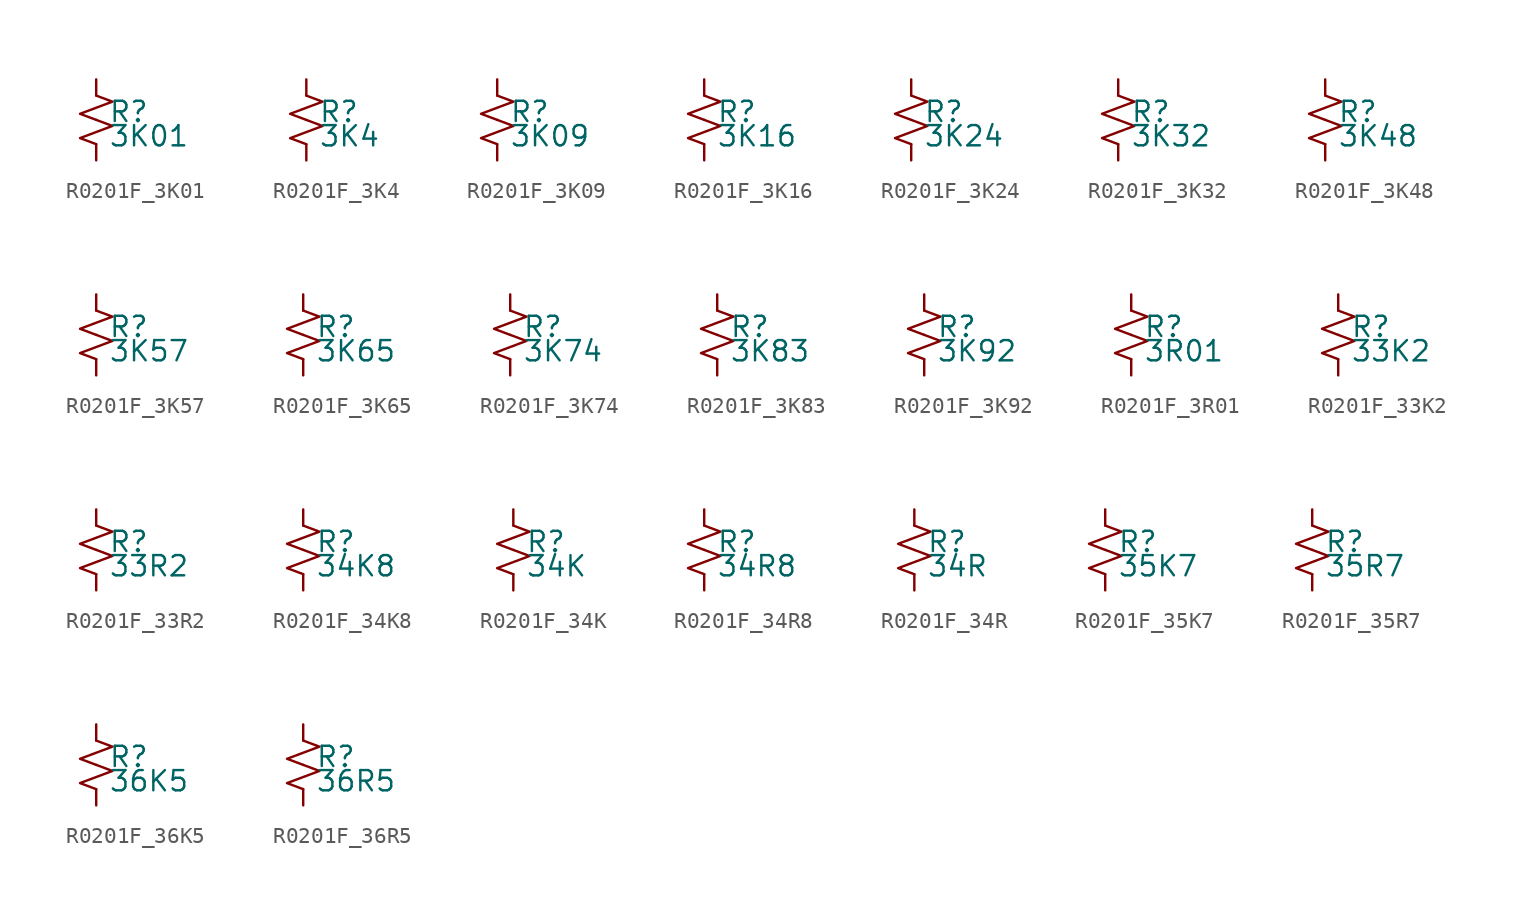
<source format=kicad_sym>
(kicad_symbol_lib
  (version 20220914)
  (generator kicad_symbol_editor)
  (symbol "R0201F_3K01"
    (pin_numbers hide)
    (pin_names
      (offset 0.254) hide)
    (property "Reference" "R"
      (at 0.762 0.508 0)
      (effects (font (size 1.27 1.27)) (justify left)))
    (property "Value" "3K01"
      (at 0.762 -1.016 0)
      (effects (font (size 1.27 1.27)) (justify left)))
    (symbol "R0201F_3K01_1_1"
      (polyline (pts (xy 0 0) (xy 1.016 -0.381) (xy 0 -0.762) (xy -1.016 -1.143) (xy 0 -1.524)) (stroke (width 0) (type default)) (fill (type none)))
      (polyline (pts (xy 0 1.524) (xy 1.016 1.143) (xy 0 0.762) (xy -1.016 0.381) (xy 0 0)) (stroke (width 0) (type default)) (fill (type none)))
      (pin passive line (at 0 2.54 270) (length 1.016) (name "~" (effects (font (size 1.27 1.27)))) (number "1" (effects (font (size 1.27 1.27)))))
      (pin passive line (at 0 -2.54 90) (length 1.016) (name "~" (effects (font (size 1.27 1.27)))) (number "2" (effects (font (size 1.27 1.27)))))))
  (symbol "R0201F_3K4"
    (pin_numbers hide)
    (pin_names
      (offset 0.254) hide)
    (property "Reference" "R"
      (at 0.762 0.508 0)
      (effects (font (size 1.27 1.27)) (justify left)))
    (property "Value" "3K4"
      (at 0.762 -1.016 0)
      (effects (font (size 1.27 1.27)) (justify left)))
    (symbol "R0201F_3K4_1_1"
      (polyline (pts (xy 0 0) (xy 1.016 -0.381) (xy 0 -0.762) (xy -1.016 -1.143) (xy 0 -1.524)) (stroke (width 0) (type default)) (fill (type none)))
      (polyline (pts (xy 0 1.524) (xy 1.016 1.143) (xy 0 0.762) (xy -1.016 0.381) (xy 0 0)) (stroke (width 0) (type default)) (fill (type none)))
      (pin passive line (at 0 2.54 270) (length 1.016) (name "~" (effects (font (size 1.27 1.27)))) (number "1" (effects (font (size 1.27 1.27)))))
      (pin passive line (at 0 -2.54 90) (length 1.016) (name "~" (effects (font (size 1.27 1.27)))) (number "2" (effects (font (size 1.27 1.27)))))))
  (symbol "R0201F_3K09"
    (pin_numbers hide)
    (pin_names
      (offset 0.254) hide)
    (property "Reference" "R"
      (at 0.762 0.508 0)
      (effects (font (size 1.27 1.27)) (justify left)))
    (property "Value" "3K09"
      (at 0.762 -1.016 0)
      (effects (font (size 1.27 1.27)) (justify left)))
    (symbol "R0201F_3K09_1_1"
      (polyline (pts (xy 0 0) (xy 1.016 -0.381) (xy 0 -0.762) (xy -1.016 -1.143) (xy 0 -1.524)) (stroke (width 0) (type default)) (fill (type none)))
      (polyline (pts (xy 0 1.524) (xy 1.016 1.143) (xy 0 0.762) (xy -1.016 0.381) (xy 0 0)) (stroke (width 0) (type default)) (fill (type none)))
      (pin passive line (at 0 2.54 270) (length 1.016) (name "~" (effects (font (size 1.27 1.27)))) (number "1" (effects (font (size 1.27 1.27)))))
      (pin passive line (at 0 -2.54 90) (length 1.016) (name "~" (effects (font (size 1.27 1.27)))) (number "2" (effects (font (size 1.27 1.27)))))))
  (symbol "R0201F_3K16"
    (pin_numbers hide)
    (pin_names
      (offset 0.254) hide)
    (property "Reference" "R"
      (at 0.762 0.508 0)
      (effects (font (size 1.27 1.27)) (justify left)))
    (property "Value" "3K16"
      (at 0.762 -1.016 0)
      (effects (font (size 1.27 1.27)) (justify left)))
    (symbol "R0201F_3K16_1_1"
      (polyline (pts (xy 0 0) (xy 1.016 -0.381) (xy 0 -0.762) (xy -1.016 -1.143) (xy 0 -1.524)) (stroke (width 0) (type default)) (fill (type none)))
      (polyline (pts (xy 0 1.524) (xy 1.016 1.143) (xy 0 0.762) (xy -1.016 0.381) (xy 0 0)) (stroke (width 0) (type default)) (fill (type none)))
      (pin passive line (at 0 2.54 270) (length 1.016) (name "~" (effects (font (size 1.27 1.27)))) (number "1" (effects (font (size 1.27 1.27)))))
      (pin passive line (at 0 -2.54 90) (length 1.016) (name "~" (effects (font (size 1.27 1.27)))) (number "2" (effects (font (size 1.27 1.27)))))))
  (symbol "R0201F_3K24"
    (pin_numbers hide)
    (pin_names
      (offset 0.254) hide)
    (property "Reference" "R"
      (at 0.762 0.508 0)
      (effects (font (size 1.27 1.27)) (justify left)))
    (property "Value" "3K24"
      (at 0.762 -1.016 0)
      (effects (font (size 1.27 1.27)) (justify left)))
    (symbol "R0201F_3K24_1_1"
      (polyline (pts (xy 0 0) (xy 1.016 -0.381) (xy 0 -0.762) (xy -1.016 -1.143) (xy 0 -1.524)) (stroke (width 0) (type default)) (fill (type none)))
      (polyline (pts (xy 0 1.524) (xy 1.016 1.143) (xy 0 0.762) (xy -1.016 0.381) (xy 0 0)) (stroke (width 0) (type default)) (fill (type none)))
      (pin passive line (at 0 2.54 270) (length 1.016) (name "~" (effects (font (size 1.27 1.27)))) (number "1" (effects (font (size 1.27 1.27)))))
      (pin passive line (at 0 -2.54 90) (length 1.016) (name "~" (effects (font (size 1.27 1.27)))) (number "2" (effects (font (size 1.27 1.27)))))))
  (symbol "R0201F_3K32"
    (pin_numbers hide)
    (pin_names
      (offset 0.254) hide)
    (property "Reference" "R"
      (at 0.762 0.508 0)
      (effects (font (size 1.27 1.27)) (justify left)))
    (property "Value" "3K32"
      (at 0.762 -1.016 0)
      (effects (font (size 1.27 1.27)) (justify left)))
    (symbol "R0201F_3K32_1_1"
      (polyline (pts (xy 0 0) (xy 1.016 -0.381) (xy 0 -0.762) (xy -1.016 -1.143) (xy 0 -1.524)) (stroke (width 0) (type default)) (fill (type none)))
      (polyline (pts (xy 0 1.524) (xy 1.016 1.143) (xy 0 0.762) (xy -1.016 0.381) (xy 0 0)) (stroke (width 0) (type default)) (fill (type none)))
      (pin passive line (at 0 2.54 270) (length 1.016) (name "~" (effects (font (size 1.27 1.27)))) (number "1" (effects (font (size 1.27 1.27)))))
      (pin passive line (at 0 -2.54 90) (length 1.016) (name "~" (effects (font (size 1.27 1.27)))) (number "2" (effects (font (size 1.27 1.27)))))))
  (symbol "R0201F_3K48"
    (pin_numbers hide)
    (pin_names
      (offset 0.254) hide)
    (property "Reference" "R"
      (at 0.762 0.508 0)
      (effects (font (size 1.27 1.27)) (justify left)))
    (property "Value" "3K48"
      (at 0.762 -1.016 0)
      (effects (font (size 1.27 1.27)) (justify left)))
    (symbol "R0201F_3K48_1_1"
      (polyline (pts (xy 0 0) (xy 1.016 -0.381) (xy 0 -0.762) (xy -1.016 -1.143) (xy 0 -1.524)) (stroke (width 0) (type default)) (fill (type none)))
      (polyline (pts (xy 0 1.524) (xy 1.016 1.143) (xy 0 0.762) (xy -1.016 0.381) (xy 0 0)) (stroke (width 0) (type default)) (fill (type none)))
      (pin passive line (at 0 2.54 270) (length 1.016) (name "~" (effects (font (size 1.27 1.27)))) (number "1" (effects (font (size 1.27 1.27)))))
      (pin passive line (at 0 -2.54 90) (length 1.016) (name "~" (effects (font (size 1.27 1.27)))) (number "2" (effects (font (size 1.27 1.27)))))))
  (symbol "R0201F_3K57"
    (pin_numbers hide)
    (pin_names
      (offset 0.254) hide)
    (property "Reference" "R"
      (at 0.762 0.508 0)
      (effects (font (size 1.27 1.27)) (justify left)))
    (property "Value" "3K57"
      (at 0.762 -1.016 0)
      (effects (font (size 1.27 1.27)) (justify left)))
    (symbol "R0201F_3K57_1_1"
      (polyline (pts (xy 0 0) (xy 1.016 -0.381) (xy 0 -0.762) (xy -1.016 -1.143) (xy 0 -1.524)) (stroke (width 0) (type default)) (fill (type none)))
      (polyline (pts (xy 0 1.524) (xy 1.016 1.143) (xy 0 0.762) (xy -1.016 0.381) (xy 0 0)) (stroke (width 0) (type default)) (fill (type none)))
      (pin passive line (at 0 2.54 270) (length 1.016) (name "~" (effects (font (size 1.27 1.27)))) (number "1" (effects (font (size 1.27 1.27)))))
      (pin passive line (at 0 -2.54 90) (length 1.016) (name "~" (effects (font (size 1.27 1.27)))) (number "2" (effects (font (size 1.27 1.27)))))))
  (symbol "R0201F_3K65"
    (pin_numbers hide)
    (pin_names
      (offset 0.254) hide)
    (property "Reference" "R"
      (at 0.762 0.508 0)
      (effects (font (size 1.27 1.27)) (justify left)))
    (property "Value" "3K65"
      (at 0.762 -1.016 0)
      (effects (font (size 1.27 1.27)) (justify left)))
    (symbol "R0201F_3K65_1_1"
      (polyline (pts (xy 0 0) (xy 1.016 -0.381) (xy 0 -0.762) (xy -1.016 -1.143) (xy 0 -1.524)) (stroke (width 0) (type default)) (fill (type none)))
      (polyline (pts (xy 0 1.524) (xy 1.016 1.143) (xy 0 0.762) (xy -1.016 0.381) (xy 0 0)) (stroke (width 0) (type default)) (fill (type none)))
      (pin passive line (at 0 2.54 270) (length 1.016) (name "~" (effects (font (size 1.27 1.27)))) (number "1" (effects (font (size 1.27 1.27)))))
      (pin passive line (at 0 -2.54 90) (length 1.016) (name "~" (effects (font (size 1.27 1.27)))) (number "2" (effects (font (size 1.27 1.27)))))))
  (symbol "R0201F_3K74"
    (pin_numbers hide)
    (pin_names
      (offset 0.254) hide)
    (property "Reference" "R"
      (at 0.762 0.508 0)
      (effects (font (size 1.27 1.27)) (justify left)))
    (property "Value" "3K74"
      (at 0.762 -1.016 0)
      (effects (font (size 1.27 1.27)) (justify left)))
    (symbol "R0201F_3K74_1_1"
      (polyline (pts (xy 0 0) (xy 1.016 -0.381) (xy 0 -0.762) (xy -1.016 -1.143) (xy 0 -1.524)) (stroke (width 0) (type default)) (fill (type none)))
      (polyline (pts (xy 0 1.524) (xy 1.016 1.143) (xy 0 0.762) (xy -1.016 0.381) (xy 0 0)) (stroke (width 0) (type default)) (fill (type none)))
      (pin passive line (at 0 2.54 270) (length 1.016) (name "~" (effects (font (size 1.27 1.27)))) (number "1" (effects (font (size 1.27 1.27)))))
      (pin passive line (at 0 -2.54 90) (length 1.016) (name "~" (effects (font (size 1.27 1.27)))) (number "2" (effects (font (size 1.27 1.27)))))))
  (symbol "R0201F_3K83"
    (pin_numbers hide)
    (pin_names
      (offset 0.254) hide)
    (property "Reference" "R"
      (at 0.762 0.508 0)
      (effects (font (size 1.27 1.27)) (justify left)))
    (property "Value" "3K83"
      (at 0.762 -1.016 0)
      (effects (font (size 1.27 1.27)) (justify left)))
    (symbol "R0201F_3K83_1_1"
      (polyline (pts (xy 0 0) (xy 1.016 -0.381) (xy 0 -0.762) (xy -1.016 -1.143) (xy 0 -1.524)) (stroke (width 0) (type default)) (fill (type none)))
      (polyline (pts (xy 0 1.524) (xy 1.016 1.143) (xy 0 0.762) (xy -1.016 0.381) (xy 0 0)) (stroke (width 0) (type default)) (fill (type none)))
      (pin passive line (at 0 2.54 270) (length 1.016) (name "~" (effects (font (size 1.27 1.27)))) (number "1" (effects (font (size 1.27 1.27)))))
      (pin passive line (at 0 -2.54 90) (length 1.016) (name "~" (effects (font (size 1.27 1.27)))) (number "2" (effects (font (size 1.27 1.27)))))))
  (symbol "R0201F_3K92"
    (pin_numbers hide)
    (pin_names
      (offset 0.254) hide)
    (property "Reference" "R"
      (at 0.762 0.508 0)
      (effects (font (size 1.27 1.27)) (justify left)))
    (property "Value" "3K92"
      (at 0.762 -1.016 0)
      (effects (font (size 1.27 1.27)) (justify left)))
    (symbol "R0201F_3K92_1_1"
      (polyline (pts (xy 0 0) (xy 1.016 -0.381) (xy 0 -0.762) (xy -1.016 -1.143) (xy 0 -1.524)) (stroke (width 0) (type default)) (fill (type none)))
      (polyline (pts (xy 0 1.524) (xy 1.016 1.143) (xy 0 0.762) (xy -1.016 0.381) (xy 0 0)) (stroke (width 0) (type default)) (fill (type none)))
      (pin passive line (at 0 2.54 270) (length 1.016) (name "~" (effects (font (size 1.27 1.27)))) (number "1" (effects (font (size 1.27 1.27)))))
      (pin passive line (at 0 -2.54 90) (length 1.016) (name "~" (effects (font (size 1.27 1.27)))) (number "2" (effects (font (size 1.27 1.27)))))))
  (symbol "R0201F_3R01"
    (pin_numbers hide)
    (pin_names
      (offset 0.254) hide)
    (property "Reference" "R"
      (at 0.762 0.508 0)
      (effects (font (size 1.27 1.27)) (justify left)))
    (property "Value" "3R01"
      (at 0.762 -1.016 0)
      (effects (font (size 1.27 1.27)) (justify left)))
    (symbol "R0201F_3R01_1_1"
      (polyline (pts (xy 0 0) (xy 1.016 -0.381) (xy 0 -0.762) (xy -1.016 -1.143) (xy 0 -1.524)) (stroke (width 0) (type default)) (fill (type none)))
      (polyline (pts (xy 0 1.524) (xy 1.016 1.143) (xy 0 0.762) (xy -1.016 0.381) (xy 0 0)) (stroke (width 0) (type default)) (fill (type none)))
      (pin passive line (at 0 2.54 270) (length 1.016) (name "~" (effects (font (size 1.27 1.27)))) (number "1" (effects (font (size 1.27 1.27)))))
      (pin passive line (at 0 -2.54 90) (length 1.016) (name "~" (effects (font (size 1.27 1.27)))) (number "2" (effects (font (size 1.27 1.27)))))))
  (symbol "R0201F_33K2"
    (pin_numbers hide)
    (pin_names
      (offset 0.254) hide)
    (property "Reference" "R"
      (at 0.762 0.508 0)
      (effects (font (size 1.27 1.27)) (justify left)))
    (property "Value" "33K2"
      (at 0.762 -1.016 0)
      (effects (font (size 1.27 1.27)) (justify left)))
    (symbol "R0201F_33K2_1_1"
      (polyline (pts (xy 0 0) (xy 1.016 -0.381) (xy 0 -0.762) (xy -1.016 -1.143) (xy 0 -1.524)) (stroke (width 0) (type default)) (fill (type none)))
      (polyline (pts (xy 0 1.524) (xy 1.016 1.143) (xy 0 0.762) (xy -1.016 0.381) (xy 0 0)) (stroke (width 0) (type default)) (fill (type none)))
      (pin passive line (at 0 2.54 270) (length 1.016) (name "~" (effects (font (size 1.27 1.27)))) (number "1" (effects (font (size 1.27 1.27)))))
      (pin passive line (at 0 -2.54 90) (length 1.016) (name "~" (effects (font (size 1.27 1.27)))) (number "2" (effects (font (size 1.27 1.27)))))))
  (symbol "R0201F_33R2"
    (pin_numbers hide)
    (pin_names
      (offset 0.254) hide)
    (property "Reference" "R"
      (at 0.762 0.508 0)
      (effects (font (size 1.27 1.27)) (justify left)))
    (property "Value" "33R2"
      (at 0.762 -1.016 0)
      (effects (font (size 1.27 1.27)) (justify left)))
    (symbol "R0201F_33R2_1_1"
      (polyline (pts (xy 0 0) (xy 1.016 -0.381) (xy 0 -0.762) (xy -1.016 -1.143) (xy 0 -1.524)) (stroke (width 0) (type default)) (fill (type none)))
      (polyline (pts (xy 0 1.524) (xy 1.016 1.143) (xy 0 0.762) (xy -1.016 0.381) (xy 0 0)) (stroke (width 0) (type default)) (fill (type none)))
      (pin passive line (at 0 2.54 270) (length 1.016) (name "~" (effects (font (size 1.27 1.27)))) (number "1" (effects (font (size 1.27 1.27)))))
      (pin passive line (at 0 -2.54 90) (length 1.016) (name "~" (effects (font (size 1.27 1.27)))) (number "2" (effects (font (size 1.27 1.27)))))))
  (symbol "R0201F_34K8"
    (pin_numbers hide)
    (pin_names
      (offset 0.254) hide)
    (property "Reference" "R"
      (at 0.762 0.508 0)
      (effects (font (size 1.27 1.27)) (justify left)))
    (property "Value" "34K8"
      (at 0.762 -1.016 0)
      (effects (font (size 1.27 1.27)) (justify left)))
    (symbol "R0201F_34K8_1_1"
      (polyline (pts (xy 0 0) (xy 1.016 -0.381) (xy 0 -0.762) (xy -1.016 -1.143) (xy 0 -1.524)) (stroke (width 0) (type default)) (fill (type none)))
      (polyline (pts (xy 0 1.524) (xy 1.016 1.143) (xy 0 0.762) (xy -1.016 0.381) (xy 0 0)) (stroke (width 0) (type default)) (fill (type none)))
      (pin passive line (at 0 2.54 270) (length 1.016) (name "~" (effects (font (size 1.27 1.27)))) (number "1" (effects (font (size 1.27 1.27)))))
      (pin passive line (at 0 -2.54 90) (length 1.016) (name "~" (effects (font (size 1.27 1.27)))) (number "2" (effects (font (size 1.27 1.27)))))))
  (symbol "R0201F_34K"
    (pin_numbers hide)
    (pin_names
      (offset 0.254) hide)
    (property "Reference" "R"
      (at 0.762 0.508 0)
      (effects (font (size 1.27 1.27)) (justify left)))
    (property "Value" "34K"
      (at 0.762 -1.016 0)
      (effects (font (size 1.27 1.27)) (justify left)))
    (symbol "R0201F_34K_1_1"
      (polyline (pts (xy 0 0) (xy 1.016 -0.381) (xy 0 -0.762) (xy -1.016 -1.143) (xy 0 -1.524)) (stroke (width 0) (type default)) (fill (type none)))
      (polyline (pts (xy 0 1.524) (xy 1.016 1.143) (xy 0 0.762) (xy -1.016 0.381) (xy 0 0)) (stroke (width 0) (type default)) (fill (type none)))
      (pin passive line (at 0 2.54 270) (length 1.016) (name "~" (effects (font (size 1.27 1.27)))) (number "1" (effects (font (size 1.27 1.27)))))
      (pin passive line (at 0 -2.54 90) (length 1.016) (name "~" (effects (font (size 1.27 1.27)))) (number "2" (effects (font (size 1.27 1.27)))))))
  (symbol "R0201F_34R8"
    (pin_numbers hide)
    (pin_names
      (offset 0.254) hide)
    (property "Reference" "R"
      (at 0.762 0.508 0)
      (effects (font (size 1.27 1.27)) (justify left)))
    (property "Value" "34R8"
      (at 0.762 -1.016 0)
      (effects (font (size 1.27 1.27)) (justify left)))
    (symbol "R0201F_34R8_1_1"
      (polyline (pts (xy 0 0) (xy 1.016 -0.381) (xy 0 -0.762) (xy -1.016 -1.143) (xy 0 -1.524)) (stroke (width 0) (type default)) (fill (type none)))
      (polyline (pts (xy 0 1.524) (xy 1.016 1.143) (xy 0 0.762) (xy -1.016 0.381) (xy 0 0)) (stroke (width 0) (type default)) (fill (type none)))
      (pin passive line (at 0 2.54 270) (length 1.016) (name "~" (effects (font (size 1.27 1.27)))) (number "1" (effects (font (size 1.27 1.27)))))
      (pin passive line (at 0 -2.54 90) (length 1.016) (name "~" (effects (font (size 1.27 1.27)))) (number "2" (effects (font (size 1.27 1.27)))))))
  (symbol "R0201F_34R"
    (pin_numbers hide)
    (pin_names
      (offset 0.254) hide)
    (property "Reference" "R"
      (at 0.762 0.508 0)
      (effects (font (size 1.27 1.27)) (justify left)))
    (property "Value" "34R"
      (at 0.762 -1.016 0)
      (effects (font (size 1.27 1.27)) (justify left)))
    (symbol "R0201F_34R_1_1"
      (polyline (pts (xy 0 0) (xy 1.016 -0.381) (xy 0 -0.762) (xy -1.016 -1.143) (xy 0 -1.524)) (stroke (width 0) (type default)) (fill (type none)))
      (polyline (pts (xy 0 1.524) (xy 1.016 1.143) (xy 0 0.762) (xy -1.016 0.381) (xy 0 0)) (stroke (width 0) (type default)) (fill (type none)))
      (pin passive line (at 0 2.54 270) (length 1.016) (name "~" (effects (font (size 1.27 1.27)))) (number "1" (effects (font (size 1.27 1.27)))))
      (pin passive line (at 0 -2.54 90) (length 1.016) (name "~" (effects (font (size 1.27 1.27)))) (number "2" (effects (font (size 1.27 1.27)))))))
  (symbol "R0201F_35K7"
    (pin_numbers hide)
    (pin_names
      (offset 0.254) hide)
    (property "Reference" "R"
      (at 0.762 0.508 0)
      (effects (font (size 1.27 1.27)) (justify left)))
    (property "Value" "35K7"
      (at 0.762 -1.016 0)
      (effects (font (size 1.27 1.27)) (justify left)))
    (symbol "R0201F_35K7_1_1"
      (polyline (pts (xy 0 0) (xy 1.016 -0.381) (xy 0 -0.762) (xy -1.016 -1.143) (xy 0 -1.524)) (stroke (width 0) (type default)) (fill (type none)))
      (polyline (pts (xy 0 1.524) (xy 1.016 1.143) (xy 0 0.762) (xy -1.016 0.381) (xy 0 0)) (stroke (width 0) (type default)) (fill (type none)))
      (pin passive line (at 0 2.54 270) (length 1.016) (name "~" (effects (font (size 1.27 1.27)))) (number "1" (effects (font (size 1.27 1.27)))))
      (pin passive line (at 0 -2.54 90) (length 1.016) (name "~" (effects (font (size 1.27 1.27)))) (number "2" (effects (font (size 1.27 1.27)))))))
  (symbol "R0201F_35R7"
    (pin_numbers hide)
    (pin_names
      (offset 0.254) hide)
    (property "Reference" "R"
      (at 0.762 0.508 0)
      (effects (font (size 1.27 1.27)) (justify left)))
    (property "Value" "35R7"
      (at 0.762 -1.016 0)
      (effects (font (size 1.27 1.27)) (justify left)))
    (symbol "R0201F_35R7_1_1"
      (polyline (pts (xy 0 0) (xy 1.016 -0.381) (xy 0 -0.762) (xy -1.016 -1.143) (xy 0 -1.524)) (stroke (width 0) (type default)) (fill (type none)))
      (polyline (pts (xy 0 1.524) (xy 1.016 1.143) (xy 0 0.762) (xy -1.016 0.381) (xy 0 0)) (stroke (width 0) (type default)) (fill (type none)))
      (pin passive line (at 0 2.54 270) (length 1.016) (name "~" (effects (font (size 1.27 1.27)))) (number "1" (effects (font (size 1.27 1.27)))))
      (pin passive line (at 0 -2.54 90) (length 1.016) (name "~" (effects (font (size 1.27 1.27)))) (number "2" (effects (font (size 1.27 1.27)))))))
  (symbol "R0201F_36K5"
    (pin_numbers hide)
    (pin_names
      (offset 0.254) hide)
    (property "Reference" "R"
      (at 0.762 0.508 0)
      (effects (font (size 1.27 1.27)) (justify left)))
    (property "Value" "36K5"
      (at 0.762 -1.016 0)
      (effects (font (size 1.27 1.27)) (justify left)))
    (symbol "R0201F_36K5_1_1"
      (polyline (pts (xy 0 0) (xy 1.016 -0.381) (xy 0 -0.762) (xy -1.016 -1.143) (xy 0 -1.524)) (stroke (width 0) (type default)) (fill (type none)))
      (polyline (pts (xy 0 1.524) (xy 1.016 1.143) (xy 0 0.762) (xy -1.016 0.381) (xy 0 0)) (stroke (width 0) (type default)) (fill (type none)))
      (pin passive line (at 0 2.54 270) (length 1.016) (name "~" (effects (font (size 1.27 1.27)))) (number "1" (effects (font (size 1.27 1.27)))))
      (pin passive line (at 0 -2.54 90) (length 1.016) (name "~" (effects (font (size 1.27 1.27)))) (number "2" (effects (font (size 1.27 1.27)))))))
  (symbol "R0201F_36R5"
    (pin_numbers hide)
    (pin_names
      (offset 0.254) hide)
    (property "Reference" "R"
      (at 0.762 0.508 0)
      (effects (font (size 1.27 1.27)) (justify left)))
    (property "Value" "36R5"
      (at 0.762 -1.016 0)
      (effects (font (size 1.27 1.27)) (justify left)))
    (symbol "R0201F_36R5_1_1"
      (polyline (pts (xy 0 0) (xy 1.016 -0.381) (xy 0 -0.762) (xy -1.016 -1.143) (xy 0 -1.524)) (stroke (width 0) (type default)) (fill (type none)))
      (polyline (pts (xy 0 1.524) (xy 1.016 1.143) (xy 0 0.762) (xy -1.016 0.381) (xy 0 0)) (stroke (width 0) (type default)) (fill (type none)))
      (pin passive line (at 0 2.54 270) (length 1.016) (name "~" (effects (font (size 1.27 1.27)))) (number "1" (effects (font (size 1.27 1.27)))))
      (pin passive line (at 0 -2.54 90) (length 1.016) (name "~" (effects (font (size 1.27 1.27)))) (number "2" (effects (font (size 1.27 1.27))))))))
</source>
